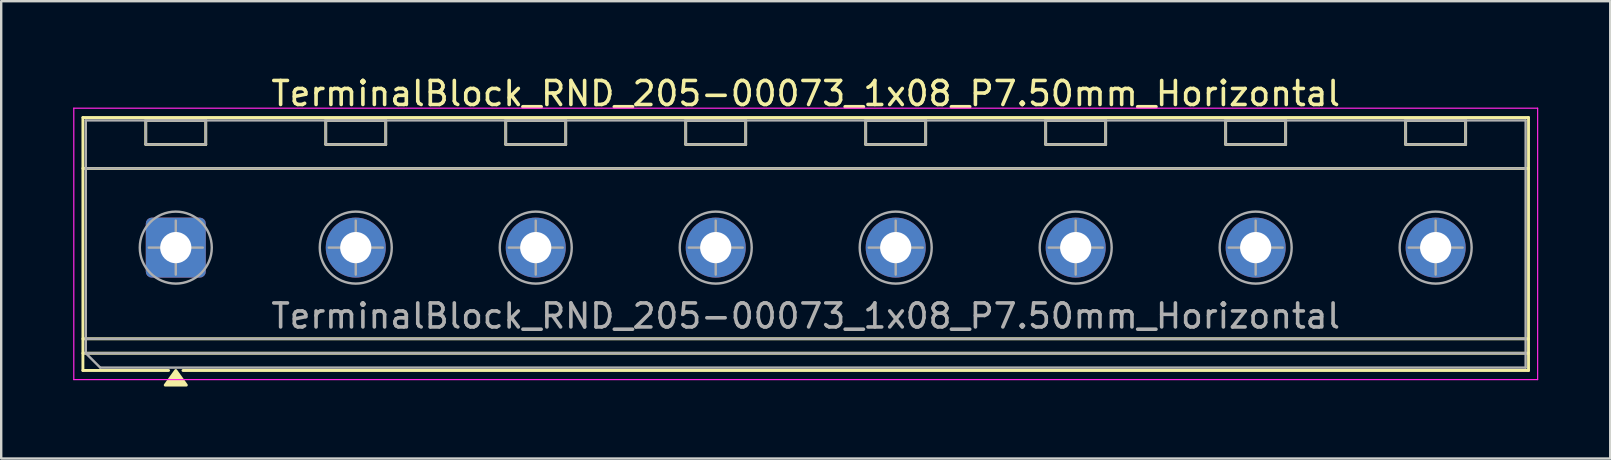
<source format=kicad_pcb>
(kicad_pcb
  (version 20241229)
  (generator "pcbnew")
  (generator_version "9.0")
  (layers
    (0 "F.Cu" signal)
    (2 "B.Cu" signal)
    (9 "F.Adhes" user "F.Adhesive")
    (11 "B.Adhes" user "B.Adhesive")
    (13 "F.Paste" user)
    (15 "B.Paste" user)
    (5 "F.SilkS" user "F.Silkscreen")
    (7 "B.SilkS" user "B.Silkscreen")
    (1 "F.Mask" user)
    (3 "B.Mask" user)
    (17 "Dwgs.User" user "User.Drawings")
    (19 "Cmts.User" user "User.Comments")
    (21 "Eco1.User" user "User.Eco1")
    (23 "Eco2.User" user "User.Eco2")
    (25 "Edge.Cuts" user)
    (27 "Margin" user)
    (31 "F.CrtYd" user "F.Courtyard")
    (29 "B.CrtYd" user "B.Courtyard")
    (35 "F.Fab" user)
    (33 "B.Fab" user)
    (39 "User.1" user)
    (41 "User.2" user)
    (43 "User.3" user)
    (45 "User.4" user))
  (footprint "TerminalBlock_RND_205-00073_1x08_P7.50mm_Horizontal"
    (layer "F.Cu")
    (at 4.275 7.268)
    (property "Reference" "TerminalBlock_RND_205-00073_1x08_P7.50mm_Horizontal" (at 26.25 -6.42 0) (layer "F.SilkS") (effects (font (size 1 1) (thickness 0.15))))
    (attr through_hole)
    (fp_line (start -3.87 -5.42) (end 56.37 -5.42) (stroke (width 0.12) (type solid)) (layer "F.SilkS"))
    (fp_line (start -3.87 -3.3) (end 56.37 -3.3) (stroke (width 0.12) (type solid)) (layer "F.SilkS"))
    (fp_line (start -3.87 3.8) (end 56.37 3.8) (stroke (width 0.12) (type solid)) (layer "F.SilkS"))
    (fp_line (start -3.87 4.4) (end 56.37 4.4) (stroke (width 0.12) (type solid)) (layer "F.SilkS"))
    (fp_line (start -3.87 5.12) (end -3.87 -5.42) (stroke (width 0.12) (type solid)) (layer "F.SilkS"))
    (fp_line (start -1.25 -5.3) (end 1.25 -5.3) (stroke (width 0.12) (type solid)) (layer "F.SilkS"))
    (fp_line (start -1.25 -4.3) (end -1.25 -5.3) (stroke (width 0.12) (type solid)) (layer "F.SilkS"))
    (fp_line (start -0.3 5.12) (end -3.87 5.12) (stroke (width 0.12) (type solid)) (layer "F.SilkS"))
    (fp_line (start 1.25 -5.3) (end 1.25 -4.3) (stroke (width 0.12) (type solid)) (layer "F.SilkS"))
    (fp_line (start 1.25 -4.3) (end -1.25 -4.3) (stroke (width 0.12) (type solid)) (layer "F.SilkS"))
    (fp_line (start 6.25 -5.3) (end 8.75 -5.3) (stroke (width 0.12) (type solid)) (layer "F.SilkS"))
    (fp_line (start 6.25 -4.3) (end 6.25 -5.3) (stroke (width 0.12) (type solid)) (layer "F.SilkS"))
    (fp_line (start 8.75 -5.3) (end 8.75 -4.3) (stroke (width 0.12) (type solid)) (layer "F.SilkS"))
    (fp_line (start 8.75 -4.3) (end 6.25 -4.3) (stroke (width 0.12) (type solid)) (layer "F.SilkS"))
    (fp_line (start 13.75 -5.3) (end 16.25 -5.3) (stroke (width 0.12) (type solid)) (layer "F.SilkS"))
    (fp_line (start 13.75 -4.3) (end 13.75 -5.3) (stroke (width 0.12) (type solid)) (layer "F.SilkS"))
    (fp_line (start 16.25 -5.3) (end 16.25 -4.3) (stroke (width 0.12) (type solid)) (layer "F.SilkS"))
    (fp_line (start 16.25 -4.3) (end 13.75 -4.3) (stroke (width 0.12) (type solid)) (layer "F.SilkS"))
    (fp_line (start 21.25 -5.3) (end 23.75 -5.3) (stroke (width 0.12) (type solid)) (layer "F.SilkS"))
    (fp_line (start 21.25 -4.3) (end 21.25 -5.3) (stroke (width 0.12) (type solid)) (layer "F.SilkS"))
    (fp_line (start 23.75 -5.3) (end 23.75 -4.3) (stroke (width 0.12) (type solid)) (layer "F.SilkS"))
    (fp_line (start 23.75 -4.3) (end 21.25 -4.3) (stroke (width 0.12) (type solid)) (layer "F.SilkS"))
    (fp_line (start 28.75 -5.3) (end 31.25 -5.3) (stroke (width 0.12) (type solid)) (layer "F.SilkS"))
    (fp_line (start 28.75 -4.3) (end 28.75 -5.3) (stroke (width 0.12) (type solid)) (layer "F.SilkS"))
    (fp_line (start 31.25 -5.3) (end 31.25 -4.3) (stroke (width 0.12) (type solid)) (layer "F.SilkS"))
    (fp_line (start 31.25 -4.3) (end 28.75 -4.3) (stroke (width 0.12) (type solid)) (layer "F.SilkS"))
    (fp_line (start 36.25 -5.3) (end 38.75 -5.3) (stroke (width 0.12) (type solid)) (layer "F.SilkS"))
    (fp_line (start 36.25 -4.3) (end 36.25 -5.3) (stroke (width 0.12) (type solid)) (layer "F.SilkS"))
    (fp_line (start 38.75 -5.3) (end 38.75 -4.3) (stroke (width 0.12) (type solid)) (layer "F.SilkS"))
    (fp_line (start 38.75 -4.3) (end 36.25 -4.3) (stroke (width 0.12) (type solid)) (layer "F.SilkS"))
    (fp_line (start 43.75 -5.3) (end 46.25 -5.3) (stroke (width 0.12) (type solid)) (layer "F.SilkS"))
    (fp_line (start 43.75 -4.3) (end 43.75 -5.3) (stroke (width 0.12) (type solid)) (layer "F.SilkS"))
    (fp_line (start 46.25 -5.3) (end 46.25 -4.3) (stroke (width 0.12) (type solid)) (layer "F.SilkS"))
    (fp_line (start 46.25 -4.3) (end 43.75 -4.3) (stroke (width 0.12) (type solid)) (layer "F.SilkS"))
    (fp_line (start 51.25 -5.3) (end 53.75 -5.3) (stroke (width 0.12) (type solid)) (layer "F.SilkS"))
    (fp_line (start 51.25 -4.3) (end 51.25 -5.3) (stroke (width 0.12) (type solid)) (layer "F.SilkS"))
    (fp_line (start 53.75 -5.3) (end 53.75 -4.3) (stroke (width 0.12) (type solid)) (layer "F.SilkS"))
    (fp_line (start 53.75 -4.3) (end 51.25 -4.3) (stroke (width 0.12) (type solid)) (layer "F.SilkS"))
    (fp_line (start 56.37 -5.42) (end 56.37 5.12) (stroke (width 0.12) (type solid)) (layer "F.SilkS"))
    (fp_line (start 56.37 5.12) (end 0.3 5.12) (stroke (width 0.12) (type solid)) (layer "F.SilkS"))
    (fp_poly (pts (xy 0 5.12) (xy 0.44 5.73) (xy -0.44 5.73)) (stroke (width 0.12) (type solid)) (fill yes) (layer "F.SilkS"))
    (fp_line (start -4.25 -5.81) (end -4.25 5.5) (stroke (width 0.05) (type solid)) (layer "F.CrtYd"))
    (fp_line (start -4.25 5.5) (end 56.75 5.5) (stroke (width 0.05) (type solid)) (layer "F.CrtYd"))
    (fp_line (start 56.75 -5.81) (end -4.25 -5.81) (stroke (width 0.05) (type solid)) (layer "F.CrtYd"))
    (fp_line (start 56.75 5.5) (end 56.75 -5.81) (stroke (width 0.05) (type solid)) (layer "F.CrtYd"))
    (fp_line (start -3.75 -5.3) (end 56.25 -5.3) (stroke (width 0.1) (type solid)) (layer "F.Fab"))
    (fp_line (start -3.75 -3.3) (end 56.25 -3.3) (stroke (width 0.1) (type solid)) (layer "F.Fab"))
    (fp_line (start -3.75 3.8) (end 56.25 3.8) (stroke (width 0.1) (type solid)) (layer "F.Fab"))
    (fp_line (start -3.75 4.4) (end -3.75 -5.3) (stroke (width 0.1) (type solid)) (layer "F.Fab"))
    (fp_line (start -3.75 4.4) (end 56.25 4.4) (stroke (width 0.1) (type solid)) (layer "F.Fab"))
    (fp_line (start -3.15 5) (end -3.75 4.4) (stroke (width 0.1) (type solid)) (layer "F.Fab"))
    (fp_line (start -1.25 -5.3) (end -1.25 -4.3) (stroke (width 0.1) (type solid)) (layer "F.Fab"))
    (fp_line (start -1.25 -4.3) (end 1.25 -4.3) (stroke (width 0.1) (type solid)) (layer "F.Fab"))
    (fp_line (start -1.125 0) (end 1.125 0) (stroke (width 0.1) (type solid)) (layer "F.Fab"))
    (fp_line (start 0 -1.125) (end 0 1.125) (stroke (width 0.1) (type solid)) (layer "F.Fab"))
    (fp_line (start 1.25 -5.3) (end -1.25 -5.3) (stroke (width 0.1) (type solid)) (layer "F.Fab"))
    (fp_line (start 1.25 -4.3) (end 1.25 -5.3) (stroke (width 0.1) (type solid)) (layer "F.Fab"))
    (fp_line (start 6.25 -5.3) (end 6.25 -4.3) (stroke (width 0.1) (type solid)) (layer "F.Fab"))
    (fp_line (start 6.25 -4.3) (end 8.75 -4.3) (stroke (width 0.1) (type solid)) (layer "F.Fab"))
    (fp_line (start 6.375 0) (end 8.625 0) (stroke (width 0.1) (type solid)) (layer "F.Fab"))
    (fp_line (start 7.5 -1.125) (end 7.5 1.125) (stroke (width 0.1) (type solid)) (layer "F.Fab"))
    (fp_line (start 8.75 -5.3) (end 6.25 -5.3) (stroke (width 0.1) (type solid)) (layer "F.Fab"))
    (fp_line (start 8.75 -4.3) (end 8.75 -5.3) (stroke (width 0.1) (type solid)) (layer "F.Fab"))
    (fp_line (start 13.75 -5.3) (end 13.75 -4.3) (stroke (width 0.1) (type solid)) (layer "F.Fab"))
    (fp_line (start 13.75 -4.3) (end 16.25 -4.3) (stroke (width 0.1) (type solid)) (layer "F.Fab"))
    (fp_line (start 13.875 0) (end 16.125 0) (stroke (width 0.1) (type solid)) (layer "F.Fab"))
    (fp_line (start 15 -1.125) (end 15 1.125) (stroke (width 0.1) (type solid)) (layer "F.Fab"))
    (fp_line (start 16.25 -5.3) (end 13.75 -5.3) (stroke (width 0.1) (type solid)) (layer "F.Fab"))
    (fp_line (start 16.25 -4.3) (end 16.25 -5.3) (stroke (width 0.1) (type solid)) (layer "F.Fab"))
    (fp_line (start 21.25 -5.3) (end 21.25 -4.3) (stroke (width 0.1) (type solid)) (layer "F.Fab"))
    (fp_line (start 21.25 -4.3) (end 23.75 -4.3) (stroke (width 0.1) (type solid)) (layer "F.Fab"))
    (fp_line (start 21.375 0) (end 23.625 0) (stroke (width 0.1) (type solid)) (layer "F.Fab"))
    (fp_line (start 22.5 -1.125) (end 22.5 1.125) (stroke (width 0.1) (type solid)) (layer "F.Fab"))
    (fp_line (start 23.75 -5.3) (end 21.25 -5.3) (stroke (width 0.1) (type solid)) (layer "F.Fab"))
    (fp_line (start 23.75 -4.3) (end 23.75 -5.3) (stroke (width 0.1) (type solid)) (layer "F.Fab"))
    (fp_line (start 28.75 -5.3) (end 28.75 -4.3) (stroke (width 0.1) (type solid)) (layer "F.Fab"))
    (fp_line (start 28.75 -4.3) (end 31.25 -4.3) (stroke (width 0.1) (type solid)) (layer "F.Fab"))
    (fp_line (start 28.875 0) (end 31.125 0) (stroke (width 0.1) (type solid)) (layer "F.Fab"))
    (fp_line (start 30 -1.125) (end 30 1.125) (stroke (width 0.1) (type solid)) (layer "F.Fab"))
    (fp_line (start 31.25 -5.3) (end 28.75 -5.3) (stroke (width 0.1) (type solid)) (layer "F.Fab"))
    (fp_line (start 31.25 -4.3) (end 31.25 -5.3) (stroke (width 0.1) (type solid)) (layer "F.Fab"))
    (fp_line (start 36.25 -5.3) (end 36.25 -4.3) (stroke (width 0.1) (type solid)) (layer "F.Fab"))
    (fp_line (start 36.25 -4.3) (end 38.75 -4.3) (stroke (width 0.1) (type solid)) (layer "F.Fab"))
    (fp_line (start 36.375 0) (end 38.625 0) (stroke (width 0.1) (type solid)) (layer "F.Fab"))
    (fp_line (start 37.5 -1.125) (end 37.5 1.125) (stroke (width 0.1) (type solid)) (layer "F.Fab"))
    (fp_line (start 38.75 -5.3) (end 36.25 -5.3) (stroke (width 0.1) (type solid)) (layer "F.Fab"))
    (fp_line (start 38.75 -4.3) (end 38.75 -5.3) (stroke (width 0.1) (type solid)) (layer "F.Fab"))
    (fp_line (start 43.75 -5.3) (end 43.75 -4.3) (stroke (width 0.1) (type solid)) (layer "F.Fab"))
    (fp_line (start 43.75 -4.3) (end 46.25 -4.3) (stroke (width 0.1) (type solid)) (layer "F.Fab"))
    (fp_line (start 43.875 0) (end 46.125 0) (stroke (width 0.1) (type solid)) (layer "F.Fab"))
    (fp_line (start 45 -1.125) (end 45 1.125) (stroke (width 0.1) (type solid)) (layer "F.Fab"))
    (fp_line (start 46.25 -5.3) (end 43.75 -5.3) (stroke (width 0.1) (type solid)) (layer "F.Fab"))
    (fp_line (start 46.25 -4.3) (end 46.25 -5.3) (stroke (width 0.1) (type solid)) (layer "F.Fab"))
    (fp_line (start 51.25 -5.3) (end 51.25 -4.3) (stroke (width 0.1) (type solid)) (layer "F.Fab"))
    (fp_line (start 51.25 -4.3) (end 53.75 -4.3) (stroke (width 0.1) (type solid)) (layer "F.Fab"))
    (fp_line (start 51.375 0) (end 53.625 0) (stroke (width 0.1) (type solid)) (layer "F.Fab"))
    (fp_line (start 52.5 -1.125) (end 52.5 1.125) (stroke (width 0.1) (type solid)) (layer "F.Fab"))
    (fp_line (start 53.75 -5.3) (end 51.25 -5.3) (stroke (width 0.1) (type solid)) (layer "F.Fab"))
    (fp_line (start 53.75 -4.3) (end 53.75 -5.3) (stroke (width 0.1) (type solid)) (layer "F.Fab"))
    (fp_line (start 56.25 -5.3) (end 56.25 5) (stroke (width 0.1) (type solid)) (layer "F.Fab"))
    (fp_line (start 56.25 5) (end -3.15 5) (stroke (width 0.1) (type solid)) (layer "F.Fab"))
    (fp_circle (center 0 0) (end 1.5 0) (stroke (width 0.1) (type solid)) (fill no) (layer "F.Fab"))
    (fp_circle (center 7.5 0) (end 9 0) (stroke (width 0.1) (type solid)) (fill no) (layer "F.Fab"))
    (fp_circle (center 15 0) (end 16.5 0) (stroke (width 0.1) (type solid)) (fill no) (layer "F.Fab"))
    (fp_circle (center 22.5 0) (end 24 0) (stroke (width 0.1) (type solid)) (fill no) (layer "F.Fab"))
    (fp_circle (center 30 0) (end 31.5 0) (stroke (width 0.1) (type solid)) (fill no) (layer "F.Fab"))
    (fp_circle (center 37.5 0) (end 39 0) (stroke (width 0.1) (type solid)) (fill no) (layer "F.Fab"))
    (fp_circle (center 45 0) (end 46.5 0) (stroke (width 0.1) (type solid)) (fill no) (layer "F.Fab"))
    (fp_circle (center 52.5 0) (end 54 0) (stroke (width 0.1) (type solid)) (fill no) (layer "F.Fab"))
    (fp_text user "${REFERENCE}" (at 26.25 2.85 0) (layer "F.Fab") (effects (font (size 1 1) (thickness 0.15))))
    (pad "1" thru_hole roundrect (at 0 0) (size 2.5 2.5) (drill 1.3) (layers "*.Cu" "*.Mask") (roundrect_rratio 0.1))
    (pad "2" thru_hole circle (at 7.5 0) (size 2.5 2.5) (drill 1.3) (layers "*.Cu" "*.Mask"))
    (pad "3" thru_hole circle (at 15 0) (size 2.5 2.5) (drill 1.3) (layers "*.Cu" "*.Mask"))
    (pad "4" thru_hole circle (at 22.5 0) (size 2.5 2.5) (drill 1.3) (layers "*.Cu" "*.Mask"))
    (pad "5" thru_hole circle (at 30 0) (size 2.5 2.5) (drill 1.3) (layers "*.Cu" "*.Mask"))
    (pad "6" thru_hole circle (at 37.5 0) (size 2.5 2.5) (drill 1.3) (layers "*.Cu" "*.Mask"))
    (pad "7" thru_hole circle (at 45 0) (size 2.5 2.5) (drill 1.3) (layers "*.Cu" "*.Mask"))
    (pad "8" thru_hole circle (at 52.5 0) (size 2.5 2.5) (drill 1.3) (layers "*.Cu" "*.Mask")))
  (gr_rect
    (start -3 -3)
    (end 64.05 16.058)
    (stroke (width 0.1) (type default))
    (fill no)
    (layer "Edge.Cuts")))
</source>
